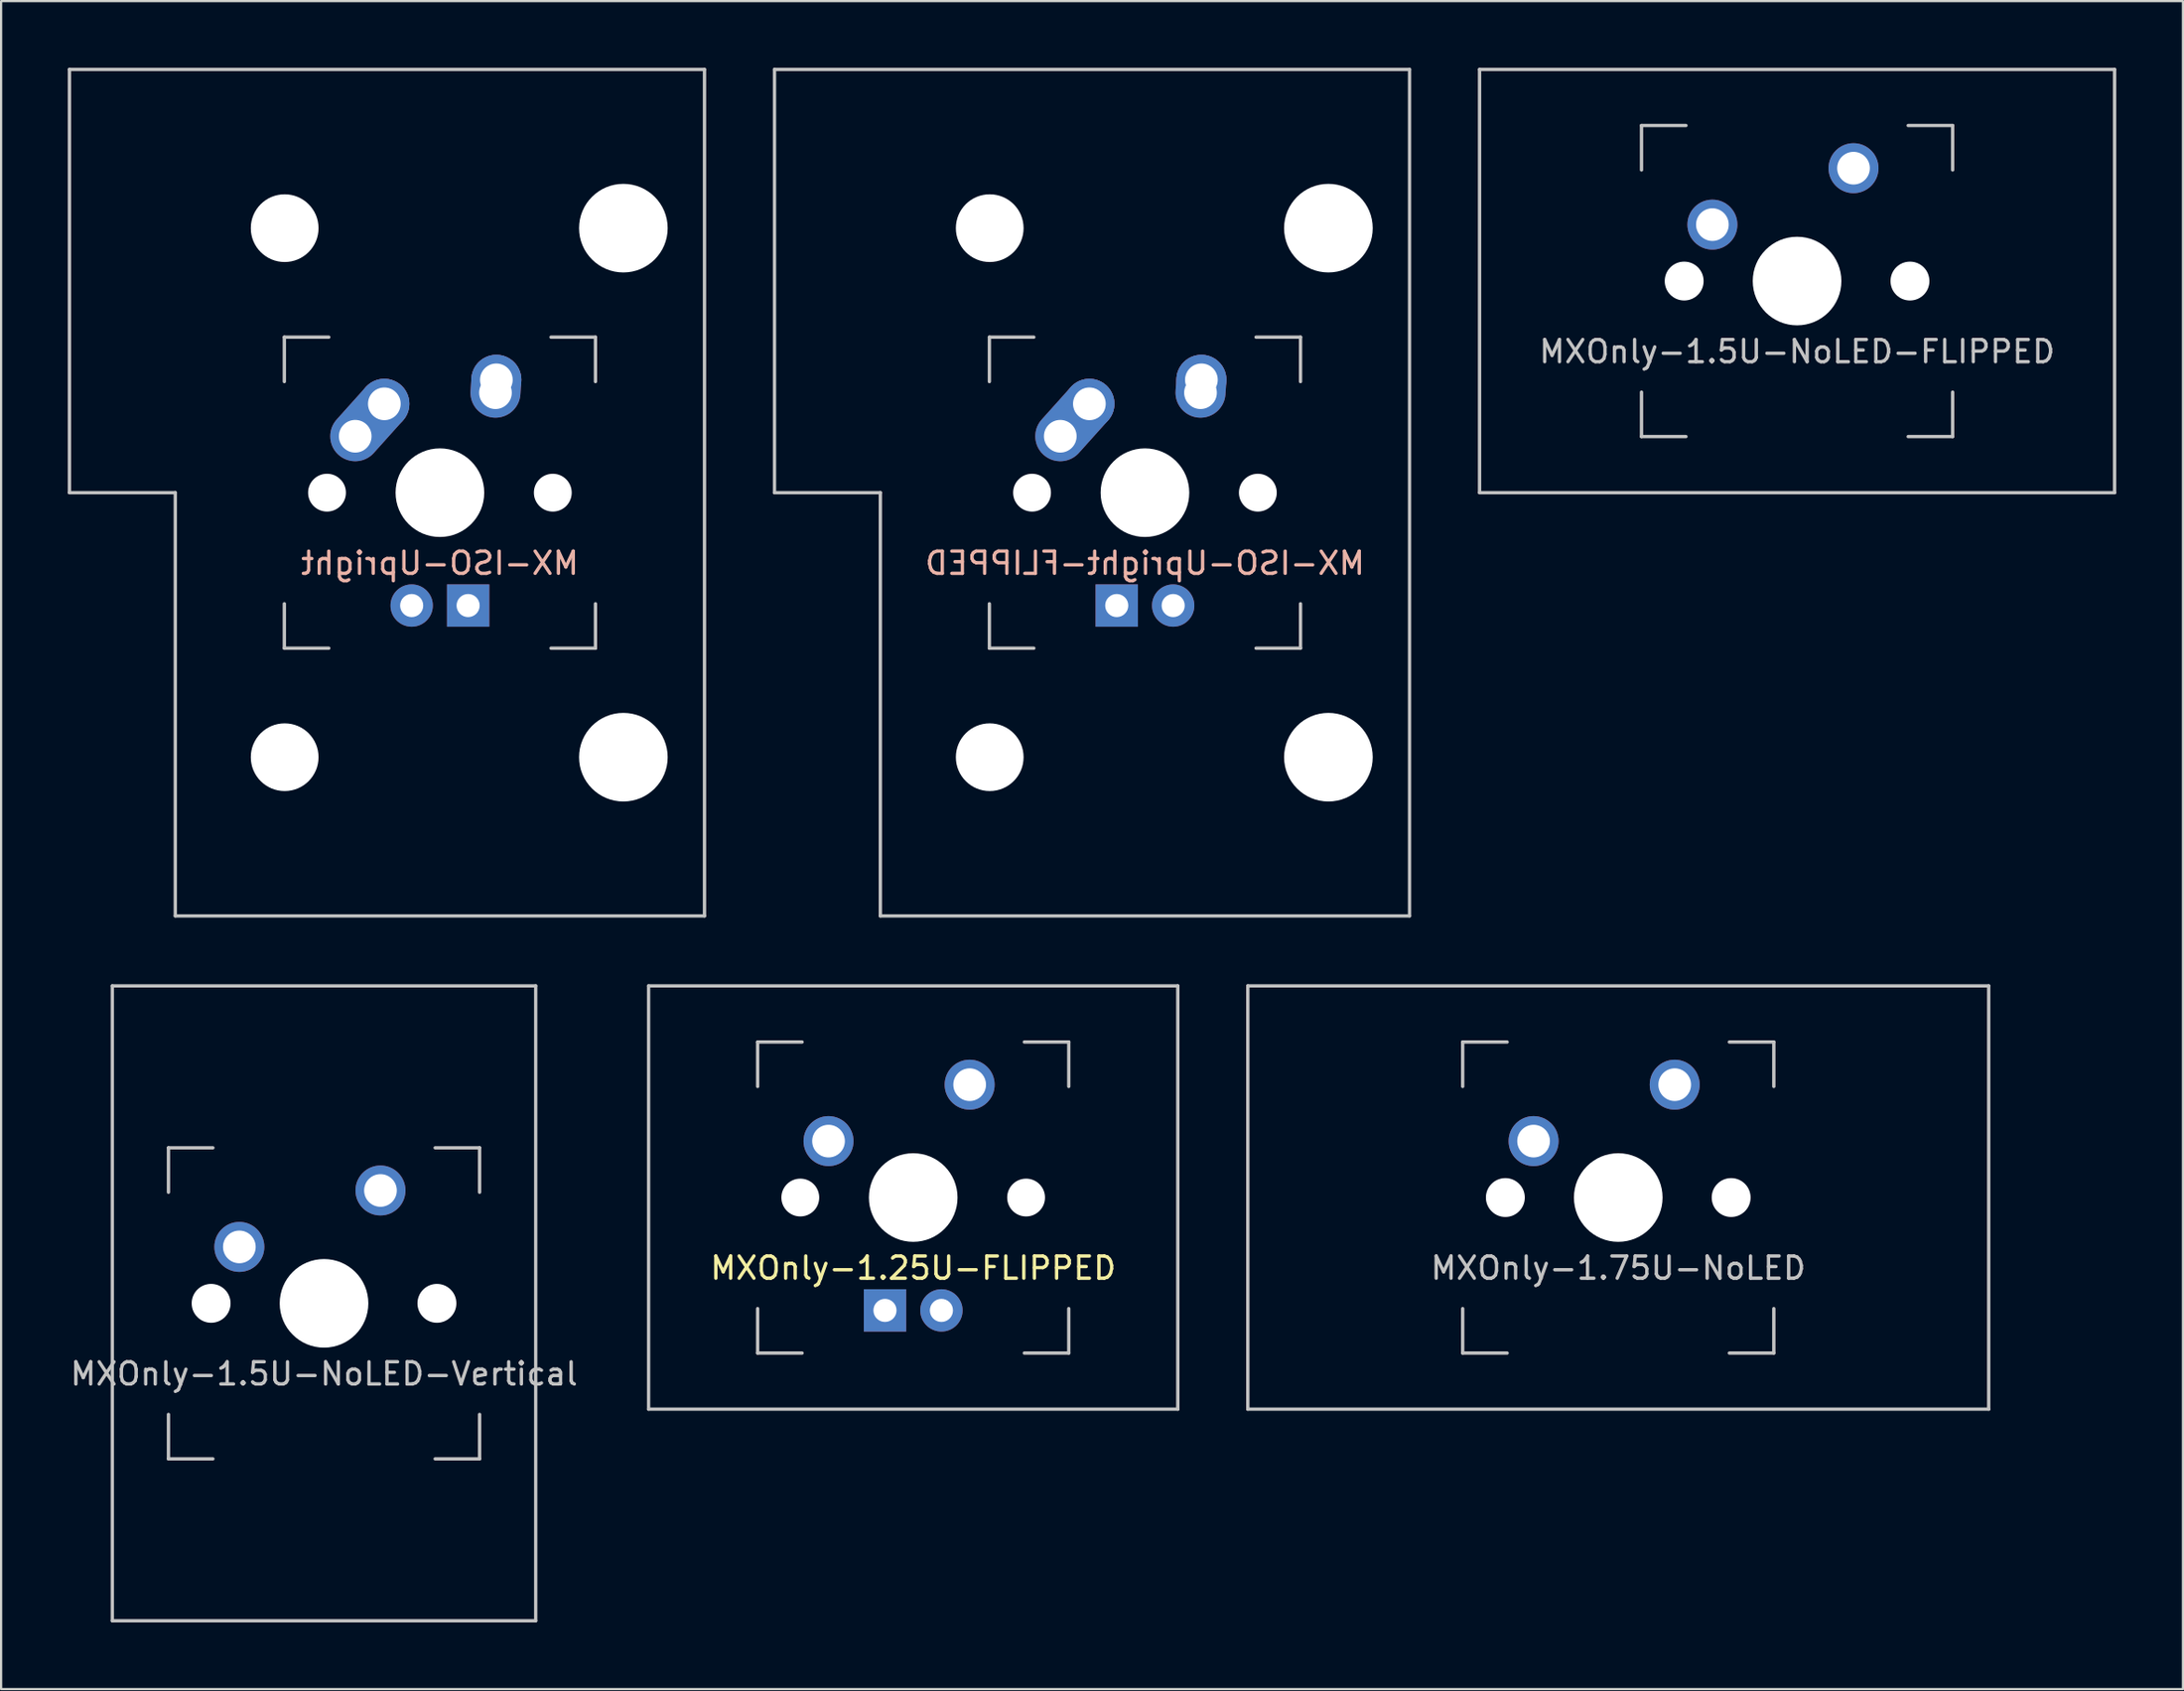
<source format=kicad_pcb>
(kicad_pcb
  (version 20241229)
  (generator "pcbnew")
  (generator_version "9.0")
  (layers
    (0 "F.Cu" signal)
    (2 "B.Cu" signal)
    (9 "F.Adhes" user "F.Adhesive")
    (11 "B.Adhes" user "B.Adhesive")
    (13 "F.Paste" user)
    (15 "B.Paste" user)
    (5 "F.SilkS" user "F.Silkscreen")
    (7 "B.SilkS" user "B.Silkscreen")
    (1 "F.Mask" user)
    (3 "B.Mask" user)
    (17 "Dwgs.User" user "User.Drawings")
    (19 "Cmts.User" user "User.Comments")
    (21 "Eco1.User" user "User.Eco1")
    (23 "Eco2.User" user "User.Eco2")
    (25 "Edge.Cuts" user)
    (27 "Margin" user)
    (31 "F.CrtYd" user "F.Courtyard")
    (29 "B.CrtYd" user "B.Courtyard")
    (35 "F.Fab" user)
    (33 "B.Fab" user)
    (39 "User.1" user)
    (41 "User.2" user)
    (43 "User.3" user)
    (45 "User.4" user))
  (footprint "MXOnly-1.75U-NoLED"
    (layer "F.Cu")
    (at 69.766 50.85)
    (property "Reference" "MXOnly-1.75U-NoLED" (at 0 3.175 0) (layer "Dwgs.User") (effects (font (size 1 1) (thickness 0.15))))
    (attr through_hole)
    (fp_line (start -16.669 -9.525) (end 16.669 -9.525) (stroke (width 0.15) (type solid)) (layer "Dwgs.User"))
    (fp_line (start -16.669 9.525) (end -16.669 -9.525) (stroke (width 0.15) (type solid)) (layer "Dwgs.User"))
    (fp_line (start -16.669 9.525) (end 16.669 9.525) (stroke (width 0.15) (type solid)) (layer "Dwgs.User"))
    (fp_line (start -7 -7) (end -7 -5) (stroke (width 0.15) (type solid)) (layer "Dwgs.User"))
    (fp_line (start -7 5) (end -7 7) (stroke (width 0.15) (type solid)) (layer "Dwgs.User"))
    (fp_line (start -7 7) (end -5 7) (stroke (width 0.15) (type solid)) (layer "Dwgs.User"))
    (fp_line (start -5 -7) (end -7 -7) (stroke (width 0.15) (type solid)) (layer "Dwgs.User"))
    (fp_line (start 5 -7) (end 7 -7) (stroke (width 0.15) (type solid)) (layer "Dwgs.User"))
    (fp_line (start 5 7) (end 7 7) (stroke (width 0.15) (type solid)) (layer "Dwgs.User"))
    (fp_line (start 7 -7) (end 7 -5) (stroke (width 0.15) (type solid)) (layer "Dwgs.User"))
    (fp_line (start 7 7) (end 7 5) (stroke (width 0.15) (type solid)) (layer "Dwgs.User"))
    (fp_line (start 16.669 -9.525) (end 16.669 9.525) (stroke (width 0.15) (type solid)) (layer "Dwgs.User"))
    (pad "" np_thru_hole circle (at -5.08 0 48.1) (size 1.75 1.75) (drill 1.75) (layers "*.Cu" "*.Mask"))
    (pad "" np_thru_hole circle (at 0 0) (size 3.988 3.988) (drill 3.988) (layers "*.Cu" "*.Mask"))
    (pad "" np_thru_hole circle (at 5.08 0 48.1) (size 1.75 1.75) (drill 1.75) (layers "*.Cu" "*.Mask"))
    (pad "1" thru_hole circle (at -3.81 -2.54) (size 2.25 2.25) (drill 1.47) (layers "*.Cu" "B.Mask"))
    (pad "2" thru_hole circle (at 2.54 -5.08) (size 2.25 2.25) (drill 1.47) (layers "*.Cu" "B.Mask")))
  (footprint "MX-ISO-Upright-FLIPPED"
    (layer "F.Cu")
    (at 48.469 19.125)
    (property "Reference" "MX-ISO-Upright-FLIPPED" (at 0 3.175 0) (layer "B.SilkS") (effects (font (size 1 1) (thickness 0.15)) (justify mirror)))
    (attr through_hole)
    (fp_line (start -16.669 -19.05) (end -16.669 0) (stroke (width 0.15) (type solid)) (layer "Dwgs.User"))
    (fp_line (start -16.669 -19.05) (end 11.906 -19.05) (stroke (width 0.15) (type solid)) (layer "Dwgs.User"))
    (fp_line (start -11.906 0) (end -16.669 0) (stroke (width 0.15) (type solid)) (layer "Dwgs.User"))
    (fp_line (start -11.906 19.05) (end -11.906 0) (stroke (width 0.15) (type solid)) (layer "Dwgs.User"))
    (fp_line (start -11.906 19.05) (end 11.906 19.05) (stroke (width 0.15) (type solid)) (layer "Dwgs.User"))
    (fp_line (start -7 -7) (end -7 -5) (stroke (width 0.15) (type solid)) (layer "Dwgs.User"))
    (fp_line (start -7 5) (end -7 7) (stroke (width 0.15) (type solid)) (layer "Dwgs.User"))
    (fp_line (start -7 7) (end -5 7) (stroke (width 0.15) (type solid)) (layer "Dwgs.User"))
    (fp_line (start -5 -7) (end -7 -7) (stroke (width 0.15) (type solid)) (layer "Dwgs.User"))
    (fp_line (start 5 -7) (end 7 -7) (stroke (width 0.15) (type solid)) (layer "Dwgs.User"))
    (fp_line (start 5 7) (end 7 7) (stroke (width 0.15) (type solid)) (layer "Dwgs.User"))
    (fp_line (start 7 -7) (end 7 -5) (stroke (width 0.15) (type solid)) (layer "Dwgs.User"))
    (fp_line (start 7 7) (end 7 5) (stroke (width 0.15) (type solid)) (layer "Dwgs.User"))
    (fp_line (start 11.906 -19.05) (end 11.906 19.05) (stroke (width 0.15) (type solid)) (layer "Dwgs.User"))
    (pad "" np_thru_hole circle (at -6.985 -11.906) (size 3.048 3.048) (drill 3.048) (layers "*.Cu" "*.Mask"))
    (pad "" np_thru_hole circle (at -6.985 11.906) (size 3.048 3.048) (drill 3.048) (layers "*.Cu" "*.Mask"))
    (pad "" np_thru_hole circle (at -5.08 0 48.1) (size 1.702 1.702) (drill 1.702) (layers "*.Cu" "*.Mask"))
    (pad "" np_thru_hole circle (at 0 0) (size 3.988 3.988) (drill 3.988) (layers "*.Cu" "*.Mask"))
    (pad "" np_thru_hole circle (at 5.08 0 48.1) (size 1.702 1.702) (drill 1.702) (layers "*.Cu" "*.Mask"))
    (pad "" np_thru_hole circle (at 8.255 -11.906) (size 3.988 3.988) (drill 3.988) (layers "*.Cu" "*.Mask"))
    (pad "" np_thru_hole circle (at 8.255 11.906) (size 3.988 3.988) (drill 3.988) (layers "*.Cu" "*.Mask"))
    (pad "1" thru_hole oval (at -3.81 -2.54 48.1) (size 4.212 2.25) (drill 1.47 (offset 0.981 0)) (layers "*.Cu" "*.Mask"))
    (pad "1" thru_hole circle (at -2.5 -4) (size 2.25 2.25) (drill 1.47) (layers "*.Cu" "*.Mask"))
    (pad "2" thru_hole oval (at 2.5 -4.5 86.055) (size 2.831 2.25) (drill 1.47 (offset 0.291 0)) (layers "*.Cu" "*.Mask"))
    (pad "2" thru_hole circle (at 2.54 -5.08) (size 2.25 2.25) (drill 1.47) (layers "*.Cu" "*.Mask"))
    (pad "3" thru_hole circle (at 1.27 5.08) (size 1.905 1.905) (drill 1.04) (layers "*.Cu" "*.Mask"))
    (pad "4" thru_hole rect (at -1.27 5.08) (size 1.905 1.905) (drill 1.04) (layers "*.Cu" "*.Mask")))
  (footprint "MXOnly-1.5U-NoLED-Vertical"
    (layer "F.Cu")
    (at 11.53 55.612)
    (property "Reference" "MXOnly-1.5U-NoLED-Vertical" (at 0 3.175 0) (layer "Dwgs.User") (effects (font (size 1 1) (thickness 0.15))))
    (attr through_hole)
    (fp_line (start -9.525 -14.287) (end -9.525 14.287) (stroke (width 0.15) (type solid)) (layer "Dwgs.User"))
    (fp_line (start -7 -7) (end -7 -5) (stroke (width 0.15) (type solid)) (layer "Dwgs.User"))
    (fp_line (start -7 5) (end -7 7) (stroke (width 0.15) (type solid)) (layer "Dwgs.User"))
    (fp_line (start -7 7) (end -5 7) (stroke (width 0.15) (type solid)) (layer "Dwgs.User"))
    (fp_line (start -5 -7) (end -7 -7) (stroke (width 0.15) (type solid)) (layer "Dwgs.User"))
    (fp_line (start 5 -7) (end 7 -7) (stroke (width 0.15) (type solid)) (layer "Dwgs.User"))
    (fp_line (start 5 7) (end 7 7) (stroke (width 0.15) (type solid)) (layer "Dwgs.User"))
    (fp_line (start 7 -7) (end 7 -5) (stroke (width 0.15) (type solid)) (layer "Dwgs.User"))
    (fp_line (start 7 7) (end 7 5) (stroke (width 0.15) (type solid)) (layer "Dwgs.User"))
    (fp_line (start 9.525 -14.287) (end -9.525 -14.287) (stroke (width 0.15) (type solid)) (layer "Dwgs.User"))
    (fp_line (start 9.525 -14.287) (end 9.525 14.287) (stroke (width 0.15) (type solid)) (layer "Dwgs.User"))
    (fp_line (start 9.525 14.287) (end -9.525 14.287) (stroke (width 0.15) (type solid)) (layer "Dwgs.User"))
    (pad "" np_thru_hole circle (at -5.08 0 48.1) (size 1.75 1.75) (drill 1.75) (layers "*.Cu" "*.Mask"))
    (pad "" np_thru_hole circle (at 0 0) (size 3.988 3.988) (drill 3.988) (layers "*.Cu" "*.Mask"))
    (pad "" np_thru_hole circle (at 5.08 0 48.1) (size 1.75 1.75) (drill 1.75) (layers "*.Cu" "*.Mask"))
    (pad "1" thru_hole circle (at -3.81 -2.54) (size 2.25 2.25) (drill 1.47) (layers "*.Cu" "B.Mask"))
    (pad "2" thru_hole circle (at 2.54 -5.08) (size 2.25 2.25) (drill 1.47) (layers "*.Cu" "B.Mask")))
  (footprint "MXOnly-1.25U-FLIPPED"
    (layer "F.Cu")
    (at 38.041 50.85)
    (property "Reference" "MXOnly-1.25U-FLIPPED" (at 0 3.175 0) (layer "F.SilkS") (effects (font (size 1 1) (thickness 0.15))))
    (attr through_hole)
    (fp_line (start -11.906 -9.525) (end 11.906 -9.525) (stroke (width 0.15) (type solid)) (layer "Dwgs.User"))
    (fp_line (start -11.906 9.525) (end -11.906 -9.525) (stroke (width 0.15) (type solid)) (layer "Dwgs.User"))
    (fp_line (start -11.906 9.525) (end 11.906 9.525) (stroke (width 0.15) (type solid)) (layer "Dwgs.User"))
    (fp_line (start -7 -7) (end -7 -5) (stroke (width 0.15) (type solid)) (layer "Dwgs.User"))
    (fp_line (start -7 5) (end -7 7) (stroke (width 0.15) (type solid)) (layer "Dwgs.User"))
    (fp_line (start -7 7) (end -5 7) (stroke (width 0.15) (type solid)) (layer "Dwgs.User"))
    (fp_line (start -5 -7) (end -7 -7) (stroke (width 0.15) (type solid)) (layer "Dwgs.User"))
    (fp_line (start 5 -7) (end 7 -7) (stroke (width 0.15) (type solid)) (layer "Dwgs.User"))
    (fp_line (start 5 7) (end 7 7) (stroke (width 0.15) (type solid)) (layer "Dwgs.User"))
    (fp_line (start 7 -7) (end 7 -5) (stroke (width 0.15) (type solid)) (layer "Dwgs.User"))
    (fp_line (start 7 7) (end 7 5) (stroke (width 0.15) (type solid)) (layer "Dwgs.User"))
    (fp_line (start 11.906 -9.525) (end 11.906 9.525) (stroke (width 0.15) (type solid)) (layer "Dwgs.User"))
    (pad "" np_thru_hole circle (at -5.08 0 48.1) (size 1.702 1.702) (drill 1.702) (layers "*.Cu" "*.Mask"))
    (pad "" np_thru_hole circle (at 0 0) (size 3.988 3.988) (drill 3.988) (layers "*.Cu" "*.Mask"))
    (pad "" np_thru_hole circle (at 5.08 0 48.1) (size 1.702 1.702) (drill 1.702) (layers "*.Cu" "*.Mask"))
    (pad "1" thru_hole circle (at -3.81 -2.54) (size 2.25 2.25) (drill 1.47) (layers "*.Cu" "*.Mask"))
    (pad "2" thru_hole circle (at 2.54 -5.08) (size 2.25 2.25) (drill 1.47) (layers "*.Cu" "*.Mask"))
    (pad "3" thru_hole circle (at 1.27 5.08) (size 1.905 1.905) (drill 1.04) (layers "*.Cu" "*.Mask"))
    (pad "4" thru_hole rect (at -1.27 5.08) (size 1.905 1.905) (drill 1.04) (layers "*.Cu" "*.Mask")))
  (footprint "MX-ISO-Upright"
    (layer "F.Cu")
    (at 16.744 19.125)
    (property "Reference" "MX-ISO-Upright" (at 0 3.175 0) (layer "B.SilkS") (effects (font (size 1 1) (thickness 0.15)) (justify mirror)))
    (attr through_hole)
    (fp_line (start -16.669 -19.05) (end -16.669 0) (stroke (width 0.15) (type solid)) (layer "Dwgs.User"))
    (fp_line (start -16.669 -19.05) (end 11.906 -19.05) (stroke (width 0.15) (type solid)) (layer "Dwgs.User"))
    (fp_line (start -11.906 0) (end -16.669 0) (stroke (width 0.15) (type solid)) (layer "Dwgs.User"))
    (fp_line (start -11.906 19.05) (end -11.906 0) (stroke (width 0.15) (type solid)) (layer "Dwgs.User"))
    (fp_line (start -11.906 19.05) (end 11.906 19.05) (stroke (width 0.15) (type solid)) (layer "Dwgs.User"))
    (fp_line (start -7 -7) (end -7 -5) (stroke (width 0.15) (type solid)) (layer "Dwgs.User"))
    (fp_line (start -7 5) (end -7 7) (stroke (width 0.15) (type solid)) (layer "Dwgs.User"))
    (fp_line (start -7 7) (end -5 7) (stroke (width 0.15) (type solid)) (layer "Dwgs.User"))
    (fp_line (start -5 -7) (end -7 -7) (stroke (width 0.15) (type solid)) (layer "Dwgs.User"))
    (fp_line (start 5 -7) (end 7 -7) (stroke (width 0.15) (type solid)) (layer "Dwgs.User"))
    (fp_line (start 5 7) (end 7 7) (stroke (width 0.15) (type solid)) (layer "Dwgs.User"))
    (fp_line (start 7 -7) (end 7 -5) (stroke (width 0.15) (type solid)) (layer "Dwgs.User"))
    (fp_line (start 7 7) (end 7 5) (stroke (width 0.15) (type solid)) (layer "Dwgs.User"))
    (fp_line (start 11.906 -19.05) (end 11.906 19.05) (stroke (width 0.15) (type solid)) (layer "Dwgs.User"))
    (pad "" np_thru_hole circle (at -6.985 -11.906) (size 3.048 3.048) (drill 3.048) (layers "*.Cu" "*.Mask"))
    (pad "" np_thru_hole circle (at -6.985 11.906) (size 3.048 3.048) (drill 3.048) (layers "*.Cu" "*.Mask"))
    (pad "" np_thru_hole circle (at -5.08 0 48.1) (size 1.702 1.702) (drill 1.702) (layers "*.Cu" "*.Mask"))
    (pad "" np_thru_hole circle (at 0 0) (size 3.988 3.988) (drill 3.988) (layers "*.Cu" "*.Mask"))
    (pad "" np_thru_hole circle (at 5.08 0 48.1) (size 1.702 1.702) (drill 1.702) (layers "*.Cu" "*.Mask"))
    (pad "" np_thru_hole circle (at 8.255 -11.906) (size 3.988 3.988) (drill 3.988) (layers "*.Cu" "*.Mask"))
    (pad "" np_thru_hole circle (at 8.255 11.906) (size 3.988 3.988) (drill 3.988) (layers "*.Cu" "*.Mask"))
    (pad "1" thru_hole oval (at -3.81 -2.54 48.1) (size 4.212 2.25) (drill 1.47 (offset 0.981 0)) (layers "*.Cu" "*.Mask"))
    (pad "1" thru_hole circle (at -2.5 -4) (size 2.25 2.25) (drill 1.47) (layers "*.Cu" "*.Mask"))
    (pad "2" thru_hole oval (at 2.5 -4.5 86.055) (size 2.831 2.25) (drill 1.47 (offset 0.291 0)) (layers "*.Cu" "*.Mask"))
    (pad "2" thru_hole circle (at 2.54 -5.08) (size 2.25 2.25) (drill 1.47) (layers "*.Cu" "*.Mask"))
    (pad "3" thru_hole circle (at -1.27 5.08) (size 1.905 1.905) (drill 1.04) (layers "*.Cu" "*.Mask"))
    (pad "4" thru_hole rect (at 1.27 5.08) (size 1.905 1.905) (drill 1.04) (layers "*.Cu" "*.Mask")))
  (footprint "MXOnly-1.5U-NoLED-FLIPPED"
    (layer "F.Cu")
    (at 77.812 9.6)
    (property "Reference" "MXOnly-1.5U-NoLED-FLIPPED" (at 0 3.175 0) (layer "Dwgs.User") (effects (font (size 1 1) (thickness 0.15))))
    (attr through_hole)
    (fp_line (start -14.287 -9.525) (end 14.287 -9.525) (stroke (width 0.15) (type solid)) (layer "Dwgs.User"))
    (fp_line (start -14.287 9.525) (end -14.287 -9.525) (stroke (width 0.15) (type solid)) (layer "Dwgs.User"))
    (fp_line (start -14.287 9.525) (end 14.287 9.525) (stroke (width 0.15) (type solid)) (layer "Dwgs.User"))
    (fp_line (start -7 -7) (end -7 -5) (stroke (width 0.15) (type solid)) (layer "Dwgs.User"))
    (fp_line (start -7 5) (end -7 7) (stroke (width 0.15) (type solid)) (layer "Dwgs.User"))
    (fp_line (start -7 7) (end -5 7) (stroke (width 0.15) (type solid)) (layer "Dwgs.User"))
    (fp_line (start -5 -7) (end -7 -7) (stroke (width 0.15) (type solid)) (layer "Dwgs.User"))
    (fp_line (start 5 -7) (end 7 -7) (stroke (width 0.15) (type solid)) (layer "Dwgs.User"))
    (fp_line (start 5 7) (end 7 7) (stroke (width 0.15) (type solid)) (layer "Dwgs.User"))
    (fp_line (start 7 -7) (end 7 -5) (stroke (width 0.15) (type solid)) (layer "Dwgs.User"))
    (fp_line (start 7 7) (end 7 5) (stroke (width 0.15) (type solid)) (layer "Dwgs.User"))
    (fp_line (start 14.287 -9.525) (end 14.287 9.525) (stroke (width 0.15) (type solid)) (layer "Dwgs.User"))
    (pad "" np_thru_hole circle (at -5.08 0 48.1) (size 1.75 1.75) (drill 1.75) (layers "*.Cu" "*.Mask"))
    (pad "" np_thru_hole circle (at 0 0) (size 3.988 3.988) (drill 3.988) (layers "*.Cu" "*.Mask"))
    (pad "" np_thru_hole circle (at 5.08 0 48.1) (size 1.75 1.75) (drill 1.75) (layers "*.Cu" "*.Mask"))
    (pad "1" thru_hole circle (at -3.81 -2.54) (size 2.25 2.25) (drill 1.47) (layers "*.Cu" "B.Mask"))
    (pad "2" thru_hole circle (at 2.54 -5.08) (size 2.25 2.25) (drill 1.47) (layers "*.Cu" "B.Mask")))
  (gr_rect
    (start -3 -3)
    (end 95.175 72.975)
    (stroke (width 0.1) (type default))
    (fill no)
    (layer "Edge.Cuts")))
</source>
